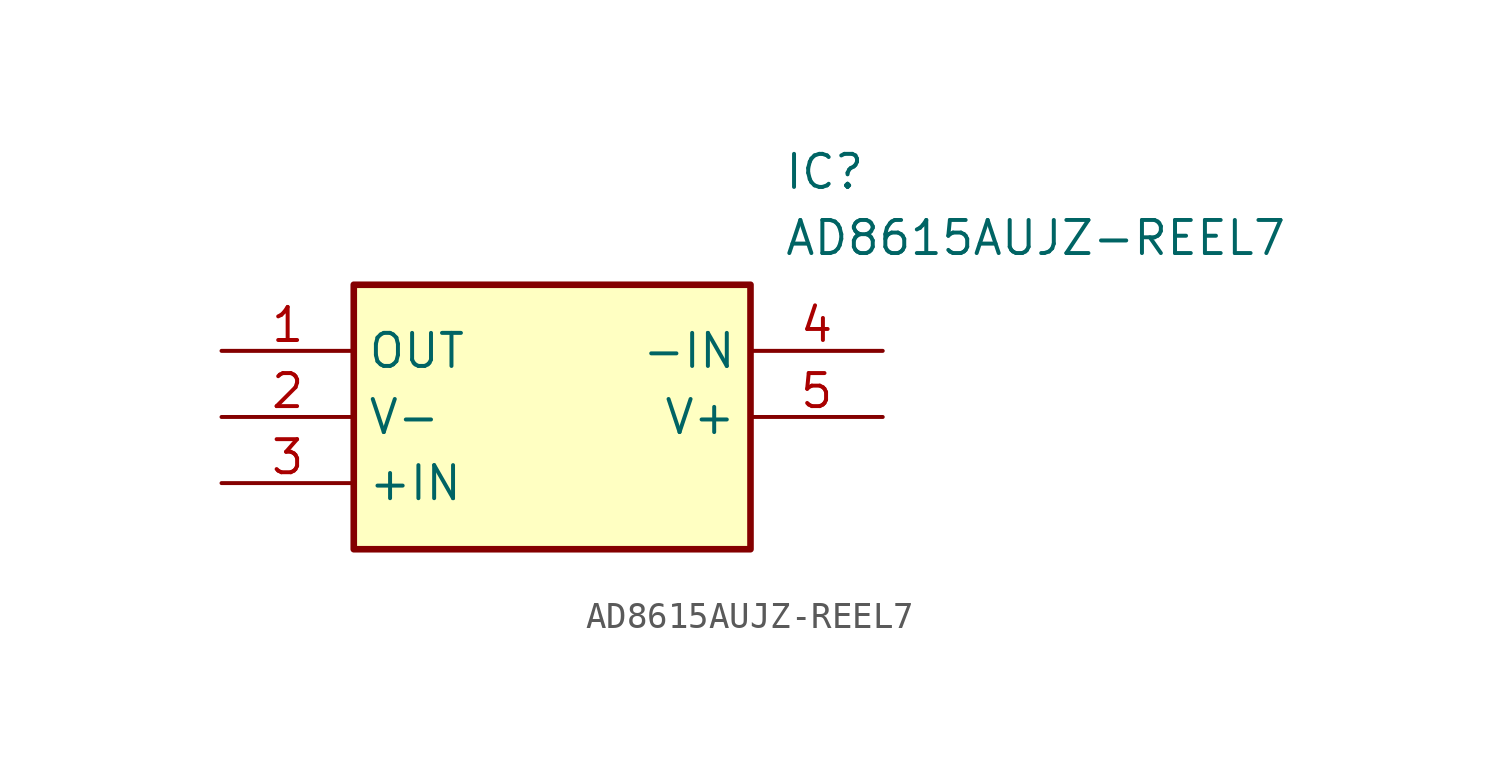
<source format=kicad_sym>
(kicad_symbol_lib
  (version 20211014)
  (generator SamacSys_ECAD_Model)
  (symbol "AD8615AUJZ-REEL7"
    (property "Reference" "IC"
      (at 21.59 7.62 0)
      (effects (font (size 1.27 1.27)) (justify left top)))
    (property "Value" "AD8615AUJZ-REEL7"
      (at 21.59 5.08 0)
      (effects (font (size 1.27 1.27)) (justify left top)))
    (rectangle
      (start 5.08 2.54)
      (end 20.32 -7.62)
      (stroke (width 0.254) (type default))
      (fill (type background)))
    (pin output line
      (at 0 0 0)
      (length 5.08)
      (name "OUT" (effects (font (size 1.27 1.27))))
      (number "1" (effects (font (size 1.27 1.27)))))
    (pin power_in line
      (at 0 -2.54 0)
      (length 5.08)
      (name "V-" (effects (font (size 1.27 1.27))))
      (number "2" (effects (font (size 1.27 1.27)))))
    (pin input line
      (at 0 -5.08 0)
      (length 5.08)
      (name "+IN" (effects (font (size 1.27 1.27))))
      (number "3" (effects (font (size 1.27 1.27)))))
    (pin input line
      (at 25.4 0 180)
      (length 5.08)
      (name "-IN" (effects (font (size 1.27 1.27))))
      (number "4" (effects (font (size 1.27 1.27)))))
    (pin power_in line
      (at 25.4 -2.54 180)
      (length 5.08)
      (name "V+" (effects (font (size 1.27 1.27))))
      (number "5" (effects (font (size 1.27 1.27)))))))
</source>
